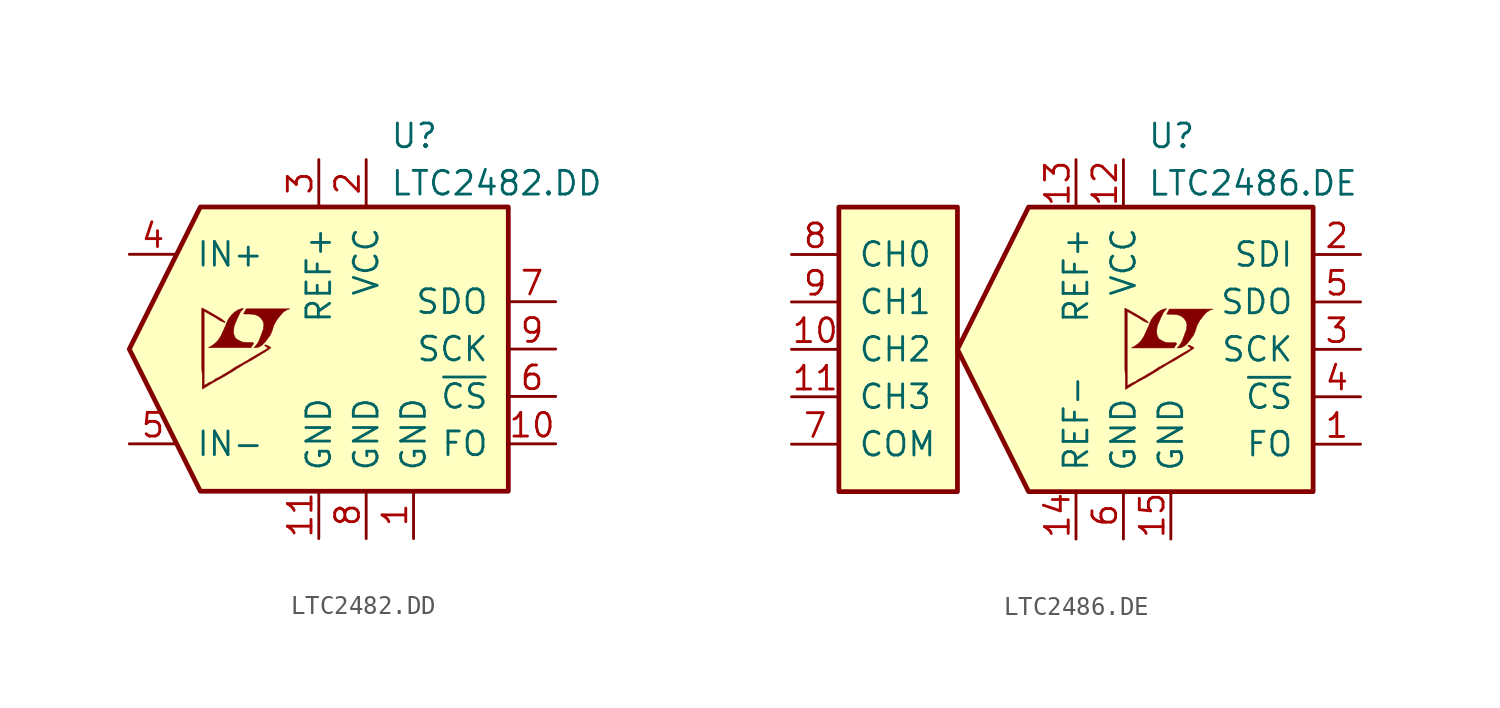
<source format=kicad_sym>
(kicad_symbol_lib
  (version 20201005)
  (generator kicad_symbol_editor)
  (symbol "LTC2482.DD"
    (pin_names
      (offset 1.016))
    (property "Reference" "U"
      (at 3.81 11.43 0)
      (effects (font (size 1.27 1.27)) (justify left)))
    (property "Value" "LTC2482.DD"
      (at 3.81 8.89 0)
      (effects (font (size 1.27 1.27)) (justify left)))
    (symbol "LTC2482.DD_0_0"
      (polyline (pts (xy -3.226 0.102) (xy -3.048 0.203) (xy -2.896 0.356) (xy -2.591 0.762) (xy -2.489 1.016) (xy -2.413 1.27) (xy -2.261 1.549) (xy -2.083 1.778) (xy -1.905 1.981) (xy -1.702 2.108) (xy -1.549 2.159) (xy -3.886 2.159) (xy -3.962 2.032) (xy -3.962 2.007) (xy -4.013 1.93) (xy -4.039 1.905) (xy -3.988 1.88) (xy -3.708 1.88) (xy -3.454 1.854) (xy -3.251 1.778) (xy -3.099 1.651) (xy -2.997 1.499) (xy -2.946 1.321) (xy -2.972 1.092) (xy -2.972 1.067) (xy -3.2 0.457) (xy -3.302 0.279) (xy -3.404 0.152) (xy -3.48 0.076) (xy -3.378 0.076) (xy -3.226 0.102)) (stroke (width 0.025)) (fill (type outline)))
      (polyline (pts (xy -3.581 0.178) (xy -3.556 0.203) (xy -3.505 0.279) (xy -3.505 0.33) (xy -3.556 0.356) (xy -3.861 0.356) (xy -4.115 0.381) (xy -4.318 0.483) (xy -4.47 0.584) (xy -4.547 0.762) (xy -4.572 0.94) (xy -4.547 1.168) (xy -4.547 1.194) (xy -4.496 1.346) (xy -4.343 1.702) (xy -4.191 2.007) (xy -4.115 2.083) (xy -4.039 2.184) (xy -4.166 2.159) (xy -4.318 2.108) (xy -4.521 1.981) (xy -4.699 1.803) (xy -4.851 1.6) (xy -4.978 1.321) (xy -4.978 1.295) (xy -5.131 0.965) (xy -5.258 0.686) (xy -5.41 0.457) (xy -5.563 0.305) (xy -5.74 0.178) (xy -5.918 0.076) (xy -3.632 0.076) (xy -3.581 0.178)) (stroke (width 0.025)) (fill (type outline)))
      (polyline (pts (xy -6.172 -2.108) (xy -6.096 -2.057) (xy -5.969 -1.981) (xy -5.893 -1.93) (xy -5.639 -1.778) (xy -5.08 -1.473) (xy -4.572 -1.168) (xy -4.343 -1.016) (xy -4.166 -0.914) (xy -4.013 -0.813) (xy -3.912 -0.762) (xy -3.835 -0.711) (xy -3.683 -0.635) (xy -3.505 -0.533) (xy -3.099 -0.279) (xy -2.921 -0.178) (xy -2.769 -0.076) (xy -2.667 0) (xy -2.591 0.051) (xy -2.565 0.076) (xy -2.718 0.178) (xy -2.87 0.229) (xy -2.896 0.203) (xy -2.896 0.178) (xy -2.819 0.127) (xy -2.718 0.051) (xy -3.632 -0.483) (xy -3.835 -0.61) (xy -4.14 -0.787) (xy -4.47 -0.965) (xy -4.775 -1.168) (xy -5.08 -1.346) (xy -5.334 -1.499) (xy -5.537 -1.6) (xy -5.715 -1.727) (xy -5.893 -1.803) (xy -6.02 -1.88) (xy -6.121 -1.93) (xy -6.147 -1.956) (xy -6.147 2.032) (xy -5.613 1.727) (xy -5.486 1.651) (xy -5.334 1.549) (xy -5.182 1.473) (xy -5.105 1.448) (xy -5.055 1.422) (xy -5.029 1.422) (xy -5.029 1.473) (xy -5.105 1.524) (xy -5.232 1.626) (xy -5.41 1.727) (xy -5.537 1.803) (xy -5.893 2.007) (xy -6.02 2.083) (xy -6.274 2.21) (xy -6.274 -1.067) (xy -6.248 -1.372) (xy -6.248 -2.134) (xy -6.223 -2.134) (xy -6.172 -2.108)) (stroke (width 0.025)) (fill (type outline))))
    (symbol "LTC2482.DD_0_1"
      (polyline (pts (xy -10.16 0) (xy -6.35 7.62) (xy 10.16 7.62) (xy 10.16 -7.62) (xy -6.35 -7.62) (xy -10.16 0)) (stroke (width 0.254)) (fill (type background))))
    (symbol "LTC2482.DD_1_1"
      (pin passive line (at 5.08 -10.16 90) (length 2.54) (name "GND" (effects (font (size 1.27 1.27)))) (number "1" (effects (font (size 1.27 1.27)))))
      (pin input line (at 12.7 -5.08 180) (length 2.54) (name "FO" (effects (font (size 1.27 1.27)))) (number "10" (effects (font (size 1.27 1.27)))))
      (pin power_in line (at 0 -10.16 90) (length 2.54) (name "GND" (effects (font (size 1.27 1.27)))) (number "11" (effects (font (size 1.27 1.27)))))
      (pin power_in line (at 2.54 10.16 270) (length 2.54) (name "VCC" (effects (font (size 1.27 1.27)))) (number "2" (effects (font (size 1.27 1.27)))))
      (pin passive line (at 0 10.16 270) (length 2.54) (name "REF+" (effects (font (size 1.27 1.27)))) (number "3" (effects (font (size 1.27 1.27)))))
      (pin input line (at -10.16 5.08 0) (length 2.54) (name "IN+" (effects (font (size 1.27 1.27)))) (number "4" (effects (font (size 1.27 1.27)))))
      (pin input line (at -10.16 -5.08 0) (length 2.54) (name "IN-" (effects (font (size 1.27 1.27)))) (number "5" (effects (font (size 1.27 1.27)))))
      (pin input line (at 12.7 -2.54 180) (length 2.54) (name "~CS~" (effects (font (size 1.27 1.27)))) (number "6" (effects (font (size 1.27 1.27)))))
      (pin output line (at 12.7 2.54 180) (length 2.54) (name "SDO" (effects (font (size 1.27 1.27)))) (number "7" (effects (font (size 1.27 1.27)))))
      (pin power_in line (at 2.54 -10.16 90) (length 2.54) (name "GND" (effects (font (size 1.27 1.27)))) (number "8" (effects (font (size 1.27 1.27)))))
      (pin input line (at 12.7 0 180) (length 2.54) (name "SCK" (effects (font (size 1.27 1.27)))) (number "9" (effects (font (size 1.27 1.27)))))))
  (symbol "LTC2486.DE"
    (pin_names
      (offset 1.016))
    (property "Reference" "U"
      (at 3.81 11.43 0)
      (effects (font (size 1.27 1.27)) (justify left)))
    (property "Value" "LTC2486.DE"
      (at 3.81 8.89 0)
      (effects (font (size 1.27 1.27)) (justify left)))
    (symbol "LTC2486.DE_0_0"
      (polyline (pts (xy 5.664 0.102) (xy 5.842 0.203) (xy 5.994 0.356) (xy 6.299 0.762) (xy 6.401 1.016) (xy 6.477 1.27) (xy 6.629 1.549) (xy 6.807 1.778) (xy 6.985 1.981) (xy 7.188 2.108) (xy 7.341 2.159) (xy 5.004 2.159) (xy 4.928 2.032) (xy 4.928 2.007) (xy 4.877 1.93) (xy 4.851 1.905) (xy 4.902 1.88) (xy 5.182 1.88) (xy 5.436 1.854) (xy 5.639 1.778) (xy 5.791 1.651) (xy 5.893 1.499) (xy 5.944 1.321) (xy 5.918 1.092) (xy 5.918 1.067) (xy 5.69 0.457) (xy 5.588 0.279) (xy 5.486 0.152) (xy 5.41 0.076) (xy 5.512 0.076) (xy 5.664 0.102)) (stroke (width 0.025)) (fill (type outline)))
      (polyline (pts (xy 5.309 0.178) (xy 5.334 0.203) (xy 5.385 0.279) (xy 5.385 0.33) (xy 5.334 0.356) (xy 5.029 0.356) (xy 4.775 0.381) (xy 4.572 0.483) (xy 4.42 0.584) (xy 4.343 0.762) (xy 4.318 0.94) (xy 4.343 1.168) (xy 4.343 1.194) (xy 4.394 1.346) (xy 4.547 1.702) (xy 4.699 2.007) (xy 4.775 2.083) (xy 4.851 2.184) (xy 4.724 2.159) (xy 4.572 2.108) (xy 4.369 1.981) (xy 4.191 1.803) (xy 4.039 1.6) (xy 3.912 1.321) (xy 3.912 1.295) (xy 3.759 0.965) (xy 3.632 0.686) (xy 3.48 0.457) (xy 3.327 0.305) (xy 3.15 0.178) (xy 2.972 0.076) (xy 5.258 0.076) (xy 5.309 0.178)) (stroke (width 0.025)) (fill (type outline)))
      (polyline (pts (xy 2.718 -2.108) (xy 2.794 -2.057) (xy 2.921 -1.981) (xy 2.997 -1.93) (xy 3.251 -1.778) (xy 3.81 -1.473) (xy 4.318 -1.168) (xy 4.547 -1.016) (xy 4.724 -0.914) (xy 4.877 -0.813) (xy 4.978 -0.762) (xy 5.055 -0.711) (xy 5.207 -0.635) (xy 5.385 -0.533) (xy 5.791 -0.279) (xy 5.969 -0.178) (xy 6.121 -0.076) (xy 6.223 0) (xy 6.299 0.051) (xy 6.325 0.076) (xy 6.172 0.178) (xy 6.02 0.229) (xy 5.994 0.203) (xy 5.994 0.178) (xy 6.071 0.127) (xy 6.172 0.051) (xy 5.258 -0.483) (xy 5.055 -0.61) (xy 4.75 -0.787) (xy 4.42 -0.965) (xy 4.115 -1.168) (xy 3.81 -1.346) (xy 3.556 -1.499) (xy 3.353 -1.6) (xy 3.175 -1.727) (xy 2.997 -1.803) (xy 2.87 -1.88) (xy 2.769 -1.93) (xy 2.743 -1.956) (xy 2.743 2.032) (xy 3.277 1.727) (xy 3.404 1.651) (xy 3.556 1.549) (xy 3.708 1.473) (xy 3.785 1.448) (xy 3.835 1.422) (xy 3.861 1.422) (xy 3.861 1.473) (xy 3.785 1.524) (xy 3.658 1.626) (xy 3.48 1.727) (xy 3.353 1.803) (xy 2.997 2.007) (xy 2.87 2.083) (xy 2.616 2.21) (xy 2.616 -1.067) (xy 2.642 -1.372) (xy 2.642 -2.134) (xy 2.667 -2.134) (xy 2.718 -2.108)) (stroke (width 0.025)) (fill (type outline))))
    (symbol "LTC2486.DE_0_1"
      (rectangle (start -12.7 7.62) (end -6.35 -7.62) (stroke (width 0.254)) (fill (type background)))
      (polyline (pts (xy -6.35 0) (xy -2.54 7.62) (xy 12.7 7.62) (xy 12.7 -7.62) (xy -2.54 -7.62) (xy -6.35 0)) (stroke (width 0.254)) (fill (type background))))
    (symbol "LTC2486.DE_1_1"
      (pin input line (at 15.24 -5.08 180) (length 2.54) (name "FO" (effects (font (size 1.27 1.27)))) (number "1" (effects (font (size 1.27 1.27)))))
      (pin input line (at -15.24 0 0) (length 2.54) (name "CH2" (effects (font (size 1.27 1.27)))) (number "10" (effects (font (size 1.27 1.27)))))
      (pin input line (at -15.24 -2.54 0) (length 2.54) (name "CH3" (effects (font (size 1.27 1.27)))) (number "11" (effects (font (size 1.27 1.27)))))
      (pin power_in line (at 2.54 10.16 270) (length 2.54) (name "VCC" (effects (font (size 1.27 1.27)))) (number "12" (effects (font (size 1.27 1.27)))))
      (pin passive line (at 0 10.16 270) (length 2.54) (name "REF+" (effects (font (size 1.27 1.27)))) (number "13" (effects (font (size 1.27 1.27)))))
      (pin passive line (at 0 -10.16 90) (length 2.54) (name "REF-" (effects (font (size 1.27 1.27)))) (number "14" (effects (font (size 1.27 1.27)))))
      (pin power_in line (at 5.08 -10.16 90) (length 2.54) (name "GND" (effects (font (size 1.27 1.27)))) (number "15" (effects (font (size 1.27 1.27)))))
      (pin input line (at 15.24 5.08 180) (length 2.54) (name "SDI" (effects (font (size 1.27 1.27)))) (number "2" (effects (font (size 1.27 1.27)))))
      (pin input line (at 15.24 0 180) (length 2.54) (name "SCK" (effects (font (size 1.27 1.27)))) (number "3" (effects (font (size 1.27 1.27)))))
      (pin input line (at 15.24 -2.54 180) (length 2.54) (name "~CS~" (effects (font (size 1.27 1.27)))) (number "4" (effects (font (size 1.27 1.27)))))
      (pin output line (at 15.24 2.54 180) (length 2.54) (name "SDO" (effects (font (size 1.27 1.27)))) (number "5" (effects (font (size 1.27 1.27)))))
      (pin power_in line (at 2.54 -10.16 90) (length 2.54) (name "GND" (effects (font (size 1.27 1.27)))) (number "6" (effects (font (size 1.27 1.27)))))
      (pin input line (at -15.24 -5.08 0) (length 2.54) (name "COM" (effects (font (size 1.27 1.27)))) (number "7" (effects (font (size 1.27 1.27)))))
      (pin input line (at -15.24 5.08 0) (length 2.54) (name "CH0" (effects (font (size 1.27 1.27)))) (number "8" (effects (font (size 1.27 1.27)))))
      (pin input line (at -15.24 2.54 0) (length 2.54) (name "CH1" (effects (font (size 1.27 1.27)))) (number "9" (effects (font (size 1.27 1.27))))))))
</source>
